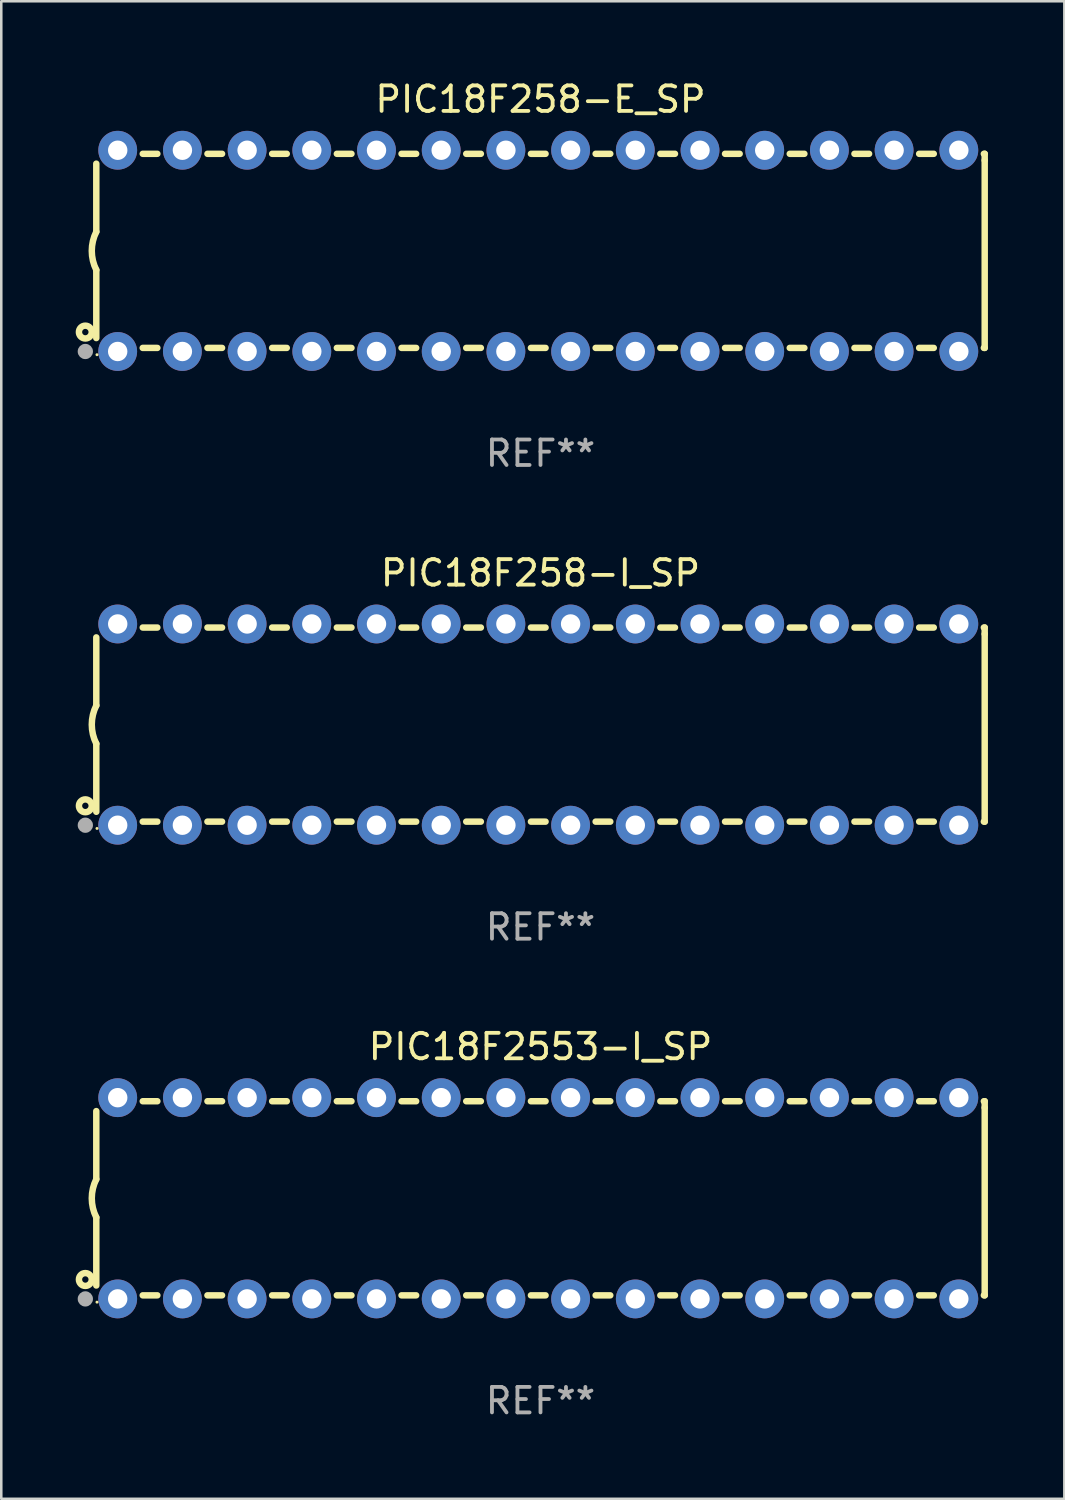
<source format=kicad_pcb>
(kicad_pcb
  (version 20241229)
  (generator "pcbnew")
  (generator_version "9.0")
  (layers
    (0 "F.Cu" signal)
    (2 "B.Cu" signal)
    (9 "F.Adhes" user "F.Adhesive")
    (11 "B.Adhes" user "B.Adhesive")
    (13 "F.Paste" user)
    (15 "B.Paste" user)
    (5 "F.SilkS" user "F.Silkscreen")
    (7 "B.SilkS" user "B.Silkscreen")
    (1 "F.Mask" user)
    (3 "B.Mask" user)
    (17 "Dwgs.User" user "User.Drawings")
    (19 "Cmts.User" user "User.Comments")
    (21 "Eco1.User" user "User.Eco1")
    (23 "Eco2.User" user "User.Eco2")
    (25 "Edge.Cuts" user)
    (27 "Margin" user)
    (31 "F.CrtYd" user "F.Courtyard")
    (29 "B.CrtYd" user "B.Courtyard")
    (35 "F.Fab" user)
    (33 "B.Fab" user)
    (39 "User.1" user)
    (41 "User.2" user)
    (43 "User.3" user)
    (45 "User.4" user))
  (footprint "PIC18F2553-I_SP"
    (layer "F.Cu")
    (at 18.168 43.991)
    (property "Reference" "PIC18F2553-I_SP" (at 0 -5.95 0) (layer "F.SilkS") (effects (font (size 1 1) (thickness 0.15))))
    (attr through_hole)
    (fp_line (start -17.438 0.75) (end -17.438 3.423) (stroke (width 0.254) (type solid)) (layer "F.SilkS"))
    (fp_line (start -17.438 -3.423) (end -17.438 -0.75) (stroke (width 0.254) (type solid)) (layer "F.SilkS"))
    (fp_line (start -15.615 3.81) (end -15.041 3.81) (stroke (width 0.254) (type solid)) (layer "F.SilkS"))
    (fp_line (start -15.041 -3.81) (end -15.614 -3.81) (stroke (width 0.254) (type solid)) (layer "F.SilkS"))
    (fp_line (start -13.075 3.81) (end -12.501 3.81) (stroke (width 0.254) (type solid)) (layer "F.SilkS"))
    (fp_line (start -12.501 -3.81) (end -13.074 -3.81) (stroke (width 0.254) (type solid)) (layer "F.SilkS"))
    (fp_line (start -10.535 3.81) (end -9.961 3.81) (stroke (width 0.254) (type solid)) (layer "F.SilkS"))
    (fp_line (start -9.961 -3.81) (end -10.534 -3.81) (stroke (width 0.254) (type solid)) (layer "F.SilkS"))
    (fp_line (start -7.995 3.81) (end -7.421 3.81) (stroke (width 0.254) (type solid)) (layer "F.SilkS"))
    (fp_line (start -7.421 -3.81) (end -7.995 -3.81) (stroke (width 0.254) (type solid)) (layer "F.SilkS"))
    (fp_line (start -5.455 3.81) (end -4.881 3.81) (stroke (width 0.254) (type solid)) (layer "F.SilkS"))
    (fp_line (start -4.881 -3.81) (end -5.455 -3.81) (stroke (width 0.254) (type solid)) (layer "F.SilkS"))
    (fp_line (start -2.915 3.81) (end -2.341 3.81) (stroke (width 0.254) (type solid)) (layer "F.SilkS"))
    (fp_line (start -2.341 -3.81) (end -2.915 -3.81) (stroke (width 0.254) (type solid)) (layer "F.SilkS"))
    (fp_line (start -0.375 3.81) (end 0.199 3.81) (stroke (width 0.254) (type solid)) (layer "F.SilkS"))
    (fp_line (start 0.199 -3.81) (end -0.375 -3.81) (stroke (width 0.254) (type solid)) (layer "F.SilkS"))
    (fp_line (start 2.165 3.81) (end 2.739 3.81) (stroke (width 0.254) (type solid)) (layer "F.SilkS"))
    (fp_line (start 2.739 -3.81) (end 2.165 -3.81) (stroke (width 0.254) (type solid)) (layer "F.SilkS"))
    (fp_line (start 4.705 3.81) (end 5.279 3.81) (stroke (width 0.254) (type solid)) (layer "F.SilkS"))
    (fp_line (start 5.279 -3.81) (end 4.705 -3.81) (stroke (width 0.254) (type solid)) (layer "F.SilkS"))
    (fp_line (start 7.245 3.81) (end 7.819 3.81) (stroke (width 0.254) (type solid)) (layer "F.SilkS"))
    (fp_line (start 7.819 -3.81) (end 7.245 -3.81) (stroke (width 0.254) (type solid)) (layer "F.SilkS"))
    (fp_line (start 9.785 3.81) (end 10.359 3.81) (stroke (width 0.254) (type solid)) (layer "F.SilkS"))
    (fp_line (start 10.359 -3.81) (end 9.785 -3.81) (stroke (width 0.254) (type solid)) (layer "F.SilkS"))
    (fp_line (start 12.325 3.81) (end 12.899 3.81) (stroke (width 0.254) (type solid)) (layer "F.SilkS"))
    (fp_line (start 12.899 -3.81) (end 12.325 -3.81) (stroke (width 0.254) (type solid)) (layer "F.SilkS"))
    (fp_line (start 14.865 3.81) (end 15.439 3.81) (stroke (width 0.254) (type solid)) (layer "F.SilkS"))
    (fp_line (start 15.439 -3.81) (end 14.865 -3.81) (stroke (width 0.254) (type solid)) (layer "F.SilkS"))
    (fp_line (start 17.405 3.81) (end 17.438 3.81) (stroke (width 0.254) (type solid)) (layer "F.SilkS"))
    (fp_line (start 17.438 -3.81) (end 17.405 -3.81) (stroke (width 0.254) (type solid)) (layer "F.SilkS"))
    (fp_line (start 17.438 -3.556) (end 17.438 -3.81) (stroke (width 0.254) (type solid)) (layer "F.SilkS"))
    (fp_line (start 17.438 3.81) (end 17.438 -3.556) (stroke (width 0.254) (type solid)) (layer "F.SilkS"))
    (fp_arc (start -17.437986 0.749657) (mid -17.614887 -0.000024) (end -17.437783 -0.749657) (stroke (width 0.254001) (type solid)) (layer "F.SilkS"))
    (fp_circle (center -17.868 3.188) (end -17.743 3.188) (stroke (width 0.254) (type solid)) (fill no) (layer "F.SilkS"))
    (fp_circle (center -17.411 4.077) (end -17.381 4.077) (stroke (width 0.06) (type solid)) (fill no) (layer "F.SilkS"))
    (fp_circle (center -17.868 3.95) (end -17.718 3.95) (stroke (width 0.3) (type solid)) (fill no) (layer "F.Fab"))
    (fp_text user "REF**" (at 0 7.95 0) (layer "F.Fab") (effects (font (size 1 1) (thickness 0.15))))
    (pad "1" thru_hole circle (at -16.598 3.95) (size 1.524 1.524) (drill 0.762) (layers "*.Cu" "*.Mask"))
    (pad "2" thru_hole circle (at -14.058 3.95) (size 1.524 1.524) (drill 0.762) (layers "*.Cu" "*.Mask"))
    (pad "3" thru_hole circle (at -11.518 3.95) (size 1.524 1.524) (drill 0.762) (layers "*.Cu" "*.Mask"))
    (pad "4" thru_hole circle (at -8.978 3.95) (size 1.524 1.524) (drill 0.762) (layers "*.Cu" "*.Mask"))
    (pad "5" thru_hole circle (at -6.438 3.95) (size 1.524 1.524) (drill 0.762) (layers "*.Cu" "*.Mask"))
    (pad "6" thru_hole circle (at -3.898 3.95) (size 1.524 1.524) (drill 0.762) (layers "*.Cu" "*.Mask"))
    (pad "7" thru_hole circle (at -1.358 3.95) (size 1.524 1.524) (drill 0.762) (layers "*.Cu" "*.Mask"))
    (pad "8" thru_hole circle (at 1.182 3.95) (size 1.524 1.524) (drill 0.762) (layers "*.Cu" "*.Mask"))
    (pad "9" thru_hole circle (at 3.722 3.95) (size 1.524 1.524) (drill 0.762) (layers "*.Cu" "*.Mask"))
    (pad "10" thru_hole circle (at 6.262 3.95) (size 1.524 1.524) (drill 0.762) (layers "*.Cu" "*.Mask"))
    (pad "11" thru_hole circle (at 8.802 3.95) (size 1.524 1.524) (drill 0.762) (layers "*.Cu" "*.Mask"))
    (pad "12" thru_hole circle (at 11.342 3.95) (size 1.524 1.524) (drill 0.762) (layers "*.Cu" "*.Mask"))
    (pad "13" thru_hole circle (at 13.882 3.95) (size 1.524 1.524) (drill 0.762) (layers "*.Cu" "*.Mask"))
    (pad "14" thru_hole circle (at 16.422 3.95) (size 1.524 1.524) (drill 0.762) (layers "*.Cu" "*.Mask"))
    (pad "15" thru_hole circle (at 16.422 -3.95) (size 1.524 1.524) (drill 0.762) (layers "*.Cu" "*.Mask"))
    (pad "16" thru_hole circle (at 13.882 -3.95) (size 1.524 1.524) (drill 0.762) (layers "*.Cu" "*.Mask"))
    (pad "17" thru_hole circle (at 11.342 -3.95) (size 1.524 1.524) (drill 0.762) (layers "*.Cu" "*.Mask"))
    (pad "18" thru_hole circle (at 8.802 -3.95) (size 1.524 1.524) (drill 0.762) (layers "*.Cu" "*.Mask"))
    (pad "19" thru_hole circle (at 6.262 -3.95) (size 1.524 1.524) (drill 0.762) (layers "*.Cu" "*.Mask"))
    (pad "20" thru_hole circle (at 3.722 -3.95) (size 1.524 1.524) (drill 0.762) (layers "*.Cu" "*.Mask"))
    (pad "21" thru_hole circle (at 1.182 -3.95) (size 1.524 1.524) (drill 0.762) (layers "*.Cu" "*.Mask"))
    (pad "22" thru_hole circle (at -1.358 -3.95) (size 1.524 1.524) (drill 0.762) (layers "*.Cu" "*.Mask"))
    (pad "23" thru_hole circle (at -3.898 -3.95) (size 1.524 1.524) (drill 0.762) (layers "*.Cu" "*.Mask"))
    (pad "24" thru_hole circle (at -6.438 -3.95) (size 1.524 1.524) (drill 0.762) (layers "*.Cu" "*.Mask"))
    (pad "25" thru_hole circle (at -8.978 -3.95) (size 1.524 1.524) (drill 0.762) (layers "*.Cu" "*.Mask"))
    (pad "26" thru_hole circle (at -11.517 -3.95) (size 1.524 1.524) (drill 0.762) (layers "*.Cu" "*.Mask"))
    (pad "27" thru_hole circle (at -14.057 -3.95) (size 1.524 1.524) (drill 0.762) (layers "*.Cu" "*.Mask"))
    (pad "28" thru_hole circle (at -16.597 -3.95) (size 1.524 1.524) (drill 0.762) (layers "*.Cu" "*.Mask")))
  (footprint "PIC18F258-I_SP"
    (layer "F.Cu")
    (at 18.168 25.395)
    (property "Reference" "PIC18F258-I_SP" (at 0 -5.95 0) (layer "F.SilkS") (effects (font (size 1 1) (thickness 0.15))))
    (attr through_hole)
    (fp_line (start -17.438 0.75) (end -17.438 3.423) (stroke (width 0.254) (type solid)) (layer "F.SilkS"))
    (fp_line (start -17.438 -3.423) (end -17.438 -0.75) (stroke (width 0.254) (type solid)) (layer "F.SilkS"))
    (fp_line (start -15.615 3.81) (end -15.041 3.81) (stroke (width 0.254) (type solid)) (layer "F.SilkS"))
    (fp_line (start -15.041 -3.81) (end -15.614 -3.81) (stroke (width 0.254) (type solid)) (layer "F.SilkS"))
    (fp_line (start -13.075 3.81) (end -12.501 3.81) (stroke (width 0.254) (type solid)) (layer "F.SilkS"))
    (fp_line (start -12.501 -3.81) (end -13.074 -3.81) (stroke (width 0.254) (type solid)) (layer "F.SilkS"))
    (fp_line (start -10.535 3.81) (end -9.961 3.81) (stroke (width 0.254) (type solid)) (layer "F.SilkS"))
    (fp_line (start -9.961 -3.81) (end -10.534 -3.81) (stroke (width 0.254) (type solid)) (layer "F.SilkS"))
    (fp_line (start -7.995 3.81) (end -7.421 3.81) (stroke (width 0.254) (type solid)) (layer "F.SilkS"))
    (fp_line (start -7.421 -3.81) (end -7.995 -3.81) (stroke (width 0.254) (type solid)) (layer "F.SilkS"))
    (fp_line (start -5.455 3.81) (end -4.881 3.81) (stroke (width 0.254) (type solid)) (layer "F.SilkS"))
    (fp_line (start -4.881 -3.81) (end -5.455 -3.81) (stroke (width 0.254) (type solid)) (layer "F.SilkS"))
    (fp_line (start -2.915 3.81) (end -2.341 3.81) (stroke (width 0.254) (type solid)) (layer "F.SilkS"))
    (fp_line (start -2.341 -3.81) (end -2.915 -3.81) (stroke (width 0.254) (type solid)) (layer "F.SilkS"))
    (fp_line (start -0.375 3.81) (end 0.199 3.81) (stroke (width 0.254) (type solid)) (layer "F.SilkS"))
    (fp_line (start 0.199 -3.81) (end -0.375 -3.81) (stroke (width 0.254) (type solid)) (layer "F.SilkS"))
    (fp_line (start 2.165 3.81) (end 2.739 3.81) (stroke (width 0.254) (type solid)) (layer "F.SilkS"))
    (fp_line (start 2.739 -3.81) (end 2.165 -3.81) (stroke (width 0.254) (type solid)) (layer "F.SilkS"))
    (fp_line (start 4.705 3.81) (end 5.279 3.81) (stroke (width 0.254) (type solid)) (layer "F.SilkS"))
    (fp_line (start 5.279 -3.81) (end 4.705 -3.81) (stroke (width 0.254) (type solid)) (layer "F.SilkS"))
    (fp_line (start 7.245 3.81) (end 7.819 3.81) (stroke (width 0.254) (type solid)) (layer "F.SilkS"))
    (fp_line (start 7.819 -3.81) (end 7.245 -3.81) (stroke (width 0.254) (type solid)) (layer "F.SilkS"))
    (fp_line (start 9.785 3.81) (end 10.359 3.81) (stroke (width 0.254) (type solid)) (layer "F.SilkS"))
    (fp_line (start 10.359 -3.81) (end 9.785 -3.81) (stroke (width 0.254) (type solid)) (layer "F.SilkS"))
    (fp_line (start 12.325 3.81) (end 12.899 3.81) (stroke (width 0.254) (type solid)) (layer "F.SilkS"))
    (fp_line (start 12.899 -3.81) (end 12.325 -3.81) (stroke (width 0.254) (type solid)) (layer "F.SilkS"))
    (fp_line (start 14.865 3.81) (end 15.439 3.81) (stroke (width 0.254) (type solid)) (layer "F.SilkS"))
    (fp_line (start 15.439 -3.81) (end 14.865 -3.81) (stroke (width 0.254) (type solid)) (layer "F.SilkS"))
    (fp_line (start 17.405 3.81) (end 17.438 3.81) (stroke (width 0.254) (type solid)) (layer "F.SilkS"))
    (fp_line (start 17.438 -3.81) (end 17.405 -3.81) (stroke (width 0.254) (type solid)) (layer "F.SilkS"))
    (fp_line (start 17.438 -3.556) (end 17.438 -3.81) (stroke (width 0.254) (type solid)) (layer "F.SilkS"))
    (fp_line (start 17.438 3.81) (end 17.438 -3.556) (stroke (width 0.254) (type solid)) (layer "F.SilkS"))
    (fp_arc (start -17.437986 0.749657) (mid -17.614887 -0.000024) (end -17.437783 -0.749657) (stroke (width 0.254001) (type solid)) (layer "F.SilkS"))
    (fp_circle (center -17.868 3.188) (end -17.743 3.188) (stroke (width 0.254) (type solid)) (fill no) (layer "F.SilkS"))
    (fp_circle (center -17.411 4.077) (end -17.381 4.077) (stroke (width 0.06) (type solid)) (fill no) (layer "F.SilkS"))
    (fp_circle (center -17.868 3.95) (end -17.718 3.95) (stroke (width 0.3) (type solid)) (fill no) (layer "F.Fab"))
    (fp_text user "REF**" (at 0 7.95 0) (layer "F.Fab") (effects (font (size 1 1) (thickness 0.15))))
    (pad "1" thru_hole circle (at -16.598 3.95) (size 1.524 1.524) (drill 0.762) (layers "*.Cu" "*.Mask"))
    (pad "2" thru_hole circle (at -14.058 3.95) (size 1.524 1.524) (drill 0.762) (layers "*.Cu" "*.Mask"))
    (pad "3" thru_hole circle (at -11.518 3.95) (size 1.524 1.524) (drill 0.762) (layers "*.Cu" "*.Mask"))
    (pad "4" thru_hole circle (at -8.978 3.95) (size 1.524 1.524) (drill 0.762) (layers "*.Cu" "*.Mask"))
    (pad "5" thru_hole circle (at -6.438 3.95) (size 1.524 1.524) (drill 0.762) (layers "*.Cu" "*.Mask"))
    (pad "6" thru_hole circle (at -3.898 3.95) (size 1.524 1.524) (drill 0.762) (layers "*.Cu" "*.Mask"))
    (pad "7" thru_hole circle (at -1.358 3.95) (size 1.524 1.524) (drill 0.762) (layers "*.Cu" "*.Mask"))
    (pad "8" thru_hole circle (at 1.182 3.95) (size 1.524 1.524) (drill 0.762) (layers "*.Cu" "*.Mask"))
    (pad "9" thru_hole circle (at 3.722 3.95) (size 1.524 1.524) (drill 0.762) (layers "*.Cu" "*.Mask"))
    (pad "10" thru_hole circle (at 6.262 3.95) (size 1.524 1.524) (drill 0.762) (layers "*.Cu" "*.Mask"))
    (pad "11" thru_hole circle (at 8.802 3.95) (size 1.524 1.524) (drill 0.762) (layers "*.Cu" "*.Mask"))
    (pad "12" thru_hole circle (at 11.342 3.95) (size 1.524 1.524) (drill 0.762) (layers "*.Cu" "*.Mask"))
    (pad "13" thru_hole circle (at 13.882 3.95) (size 1.524 1.524) (drill 0.762) (layers "*.Cu" "*.Mask"))
    (pad "14" thru_hole circle (at 16.422 3.95) (size 1.524 1.524) (drill 0.762) (layers "*.Cu" "*.Mask"))
    (pad "15" thru_hole circle (at 16.422 -3.95) (size 1.524 1.524) (drill 0.762) (layers "*.Cu" "*.Mask"))
    (pad "16" thru_hole circle (at 13.882 -3.95) (size 1.524 1.524) (drill 0.762) (layers "*.Cu" "*.Mask"))
    (pad "17" thru_hole circle (at 11.342 -3.95) (size 1.524 1.524) (drill 0.762) (layers "*.Cu" "*.Mask"))
    (pad "18" thru_hole circle (at 8.802 -3.95) (size 1.524 1.524) (drill 0.762) (layers "*.Cu" "*.Mask"))
    (pad "19" thru_hole circle (at 6.262 -3.95) (size 1.524 1.524) (drill 0.762) (layers "*.Cu" "*.Mask"))
    (pad "20" thru_hole circle (at 3.722 -3.95) (size 1.524 1.524) (drill 0.762) (layers "*.Cu" "*.Mask"))
    (pad "21" thru_hole circle (at 1.182 -3.95) (size 1.524 1.524) (drill 0.762) (layers "*.Cu" "*.Mask"))
    (pad "22" thru_hole circle (at -1.358 -3.95) (size 1.524 1.524) (drill 0.762) (layers "*.Cu" "*.Mask"))
    (pad "23" thru_hole circle (at -3.898 -3.95) (size 1.524 1.524) (drill 0.762) (layers "*.Cu" "*.Mask"))
    (pad "24" thru_hole circle (at -6.438 -3.95) (size 1.524 1.524) (drill 0.762) (layers "*.Cu" "*.Mask"))
    (pad "25" thru_hole circle (at -8.978 -3.95) (size 1.524 1.524) (drill 0.762) (layers "*.Cu" "*.Mask"))
    (pad "26" thru_hole circle (at -11.517 -3.95) (size 1.524 1.524) (drill 0.762) (layers "*.Cu" "*.Mask"))
    (pad "27" thru_hole circle (at -14.057 -3.95) (size 1.524 1.524) (drill 0.762) (layers "*.Cu" "*.Mask"))
    (pad "28" thru_hole circle (at -16.597 -3.95) (size 1.524 1.524) (drill 0.762) (layers "*.Cu" "*.Mask")))
  (footprint "PIC18F258-E_SP"
    (layer "F.Cu")
    (at 18.168 6.798)
    (property "Reference" "PIC18F258-E_SP" (at 0 -5.95 0) (layer "F.SilkS") (effects (font (size 1 1) (thickness 0.15))))
    (attr through_hole)
    (fp_line (start -17.438 0.75) (end -17.438 3.423) (stroke (width 0.254) (type solid)) (layer "F.SilkS"))
    (fp_line (start -17.438 -3.423) (end -17.438 -0.75) (stroke (width 0.254) (type solid)) (layer "F.SilkS"))
    (fp_line (start -15.615 3.81) (end -15.041 3.81) (stroke (width 0.254) (type solid)) (layer "F.SilkS"))
    (fp_line (start -15.041 -3.81) (end -15.614 -3.81) (stroke (width 0.254) (type solid)) (layer "F.SilkS"))
    (fp_line (start -13.075 3.81) (end -12.501 3.81) (stroke (width 0.254) (type solid)) (layer "F.SilkS"))
    (fp_line (start -12.501 -3.81) (end -13.074 -3.81) (stroke (width 0.254) (type solid)) (layer "F.SilkS"))
    (fp_line (start -10.535 3.81) (end -9.961 3.81) (stroke (width 0.254) (type solid)) (layer "F.SilkS"))
    (fp_line (start -9.961 -3.81) (end -10.534 -3.81) (stroke (width 0.254) (type solid)) (layer "F.SilkS"))
    (fp_line (start -7.995 3.81) (end -7.421 3.81) (stroke (width 0.254) (type solid)) (layer "F.SilkS"))
    (fp_line (start -7.421 -3.81) (end -7.995 -3.81) (stroke (width 0.254) (type solid)) (layer "F.SilkS"))
    (fp_line (start -5.455 3.81) (end -4.881 3.81) (stroke (width 0.254) (type solid)) (layer "F.SilkS"))
    (fp_line (start -4.881 -3.81) (end -5.455 -3.81) (stroke (width 0.254) (type solid)) (layer "F.SilkS"))
    (fp_line (start -2.915 3.81) (end -2.341 3.81) (stroke (width 0.254) (type solid)) (layer "F.SilkS"))
    (fp_line (start -2.341 -3.81) (end -2.915 -3.81) (stroke (width 0.254) (type solid)) (layer "F.SilkS"))
    (fp_line (start -0.375 3.81) (end 0.199 3.81) (stroke (width 0.254) (type solid)) (layer "F.SilkS"))
    (fp_line (start 0.199 -3.81) (end -0.375 -3.81) (stroke (width 0.254) (type solid)) (layer "F.SilkS"))
    (fp_line (start 2.165 3.81) (end 2.739 3.81) (stroke (width 0.254) (type solid)) (layer "F.SilkS"))
    (fp_line (start 2.739 -3.81) (end 2.165 -3.81) (stroke (width 0.254) (type solid)) (layer "F.SilkS"))
    (fp_line (start 4.705 3.81) (end 5.279 3.81) (stroke (width 0.254) (type solid)) (layer "F.SilkS"))
    (fp_line (start 5.279 -3.81) (end 4.705 -3.81) (stroke (width 0.254) (type solid)) (layer "F.SilkS"))
    (fp_line (start 7.245 3.81) (end 7.819 3.81) (stroke (width 0.254) (type solid)) (layer "F.SilkS"))
    (fp_line (start 7.819 -3.81) (end 7.245 -3.81) (stroke (width 0.254) (type solid)) (layer "F.SilkS"))
    (fp_line (start 9.785 3.81) (end 10.359 3.81) (stroke (width 0.254) (type solid)) (layer "F.SilkS"))
    (fp_line (start 10.359 -3.81) (end 9.785 -3.81) (stroke (width 0.254) (type solid)) (layer "F.SilkS"))
    (fp_line (start 12.325 3.81) (end 12.899 3.81) (stroke (width 0.254) (type solid)) (layer "F.SilkS"))
    (fp_line (start 12.899 -3.81) (end 12.325 -3.81) (stroke (width 0.254) (type solid)) (layer "F.SilkS"))
    (fp_line (start 14.865 3.81) (end 15.439 3.81) (stroke (width 0.254) (type solid)) (layer "F.SilkS"))
    (fp_line (start 15.439 -3.81) (end 14.865 -3.81) (stroke (width 0.254) (type solid)) (layer "F.SilkS"))
    (fp_line (start 17.405 3.81) (end 17.438 3.81) (stroke (width 0.254) (type solid)) (layer "F.SilkS"))
    (fp_line (start 17.438 -3.81) (end 17.405 -3.81) (stroke (width 0.254) (type solid)) (layer "F.SilkS"))
    (fp_line (start 17.438 -3.556) (end 17.438 -3.81) (stroke (width 0.254) (type solid)) (layer "F.SilkS"))
    (fp_line (start 17.438 3.81) (end 17.438 -3.556) (stroke (width 0.254) (type solid)) (layer "F.SilkS"))
    (fp_arc (start -17.437986 0.749657) (mid -17.614887 -0.000024) (end -17.437783 -0.749657) (stroke (width 0.254001) (type solid)) (layer "F.SilkS"))
    (fp_circle (center -17.868 3.188) (end -17.743 3.188) (stroke (width 0.254) (type solid)) (fill no) (layer "F.SilkS"))
    (fp_circle (center -17.411 4.077) (end -17.381 4.077) (stroke (width 0.06) (type solid)) (fill no) (layer "F.SilkS"))
    (fp_circle (center -17.868 3.95) (end -17.718 3.95) (stroke (width 0.3) (type solid)) (fill no) (layer "F.Fab"))
    (fp_text user "REF**" (at 0 7.95 0) (layer "F.Fab") (effects (font (size 1 1) (thickness 0.15))))
    (pad "1" thru_hole circle (at -16.598 3.95) (size 1.524 1.524) (drill 0.762) (layers "*.Cu" "*.Mask"))
    (pad "2" thru_hole circle (at -14.058 3.95) (size 1.524 1.524) (drill 0.762) (layers "*.Cu" "*.Mask"))
    (pad "3" thru_hole circle (at -11.518 3.95) (size 1.524 1.524) (drill 0.762) (layers "*.Cu" "*.Mask"))
    (pad "4" thru_hole circle (at -8.978 3.95) (size 1.524 1.524) (drill 0.762) (layers "*.Cu" "*.Mask"))
    (pad "5" thru_hole circle (at -6.438 3.95) (size 1.524 1.524) (drill 0.762) (layers "*.Cu" "*.Mask"))
    (pad "6" thru_hole circle (at -3.898 3.95) (size 1.524 1.524) (drill 0.762) (layers "*.Cu" "*.Mask"))
    (pad "7" thru_hole circle (at -1.358 3.95) (size 1.524 1.524) (drill 0.762) (layers "*.Cu" "*.Mask"))
    (pad "8" thru_hole circle (at 1.182 3.95) (size 1.524 1.524) (drill 0.762) (layers "*.Cu" "*.Mask"))
    (pad "9" thru_hole circle (at 3.722 3.95) (size 1.524 1.524) (drill 0.762) (layers "*.Cu" "*.Mask"))
    (pad "10" thru_hole circle (at 6.262 3.95) (size 1.524 1.524) (drill 0.762) (layers "*.Cu" "*.Mask"))
    (pad "11" thru_hole circle (at 8.802 3.95) (size 1.524 1.524) (drill 0.762) (layers "*.Cu" "*.Mask"))
    (pad "12" thru_hole circle (at 11.342 3.95) (size 1.524 1.524) (drill 0.762) (layers "*.Cu" "*.Mask"))
    (pad "13" thru_hole circle (at 13.882 3.95) (size 1.524 1.524) (drill 0.762) (layers "*.Cu" "*.Mask"))
    (pad "14" thru_hole circle (at 16.422 3.95) (size 1.524 1.524) (drill 0.762) (layers "*.Cu" "*.Mask"))
    (pad "15" thru_hole circle (at 16.422 -3.95) (size 1.524 1.524) (drill 0.762) (layers "*.Cu" "*.Mask"))
    (pad "16" thru_hole circle (at 13.882 -3.95) (size 1.524 1.524) (drill 0.762) (layers "*.Cu" "*.Mask"))
    (pad "17" thru_hole circle (at 11.342 -3.95) (size 1.524 1.524) (drill 0.762) (layers "*.Cu" "*.Mask"))
    (pad "18" thru_hole circle (at 8.802 -3.95) (size 1.524 1.524) (drill 0.762) (layers "*.Cu" "*.Mask"))
    (pad "19" thru_hole circle (at 6.262 -3.95) (size 1.524 1.524) (drill 0.762) (layers "*.Cu" "*.Mask"))
    (pad "20" thru_hole circle (at 3.722 -3.95) (size 1.524 1.524) (drill 0.762) (layers "*.Cu" "*.Mask"))
    (pad "21" thru_hole circle (at 1.182 -3.95) (size 1.524 1.524) (drill 0.762) (layers "*.Cu" "*.Mask"))
    (pad "22" thru_hole circle (at -1.358 -3.95) (size 1.524 1.524) (drill 0.762) (layers "*.Cu" "*.Mask"))
    (pad "23" thru_hole circle (at -3.898 -3.95) (size 1.524 1.524) (drill 0.762) (layers "*.Cu" "*.Mask"))
    (pad "24" thru_hole circle (at -6.438 -3.95) (size 1.524 1.524) (drill 0.762) (layers "*.Cu" "*.Mask"))
    (pad "25" thru_hole circle (at -8.978 -3.95) (size 1.524 1.524) (drill 0.762) (layers "*.Cu" "*.Mask"))
    (pad "26" thru_hole circle (at -11.517 -3.95) (size 1.524 1.524) (drill 0.762) (layers "*.Cu" "*.Mask"))
    (pad "27" thru_hole circle (at -14.057 -3.95) (size 1.524 1.524) (drill 0.762) (layers "*.Cu" "*.Mask"))
    (pad "28" thru_hole circle (at -16.597 -3.95) (size 1.524 1.524) (drill 0.762) (layers "*.Cu" "*.Mask")))
  (gr_rect
    (start -3 -3)
    (end 38.733 55.789)
    (stroke (width 0.1) (type default))
    (fill no)
    (layer "Edge.Cuts")))
</source>
